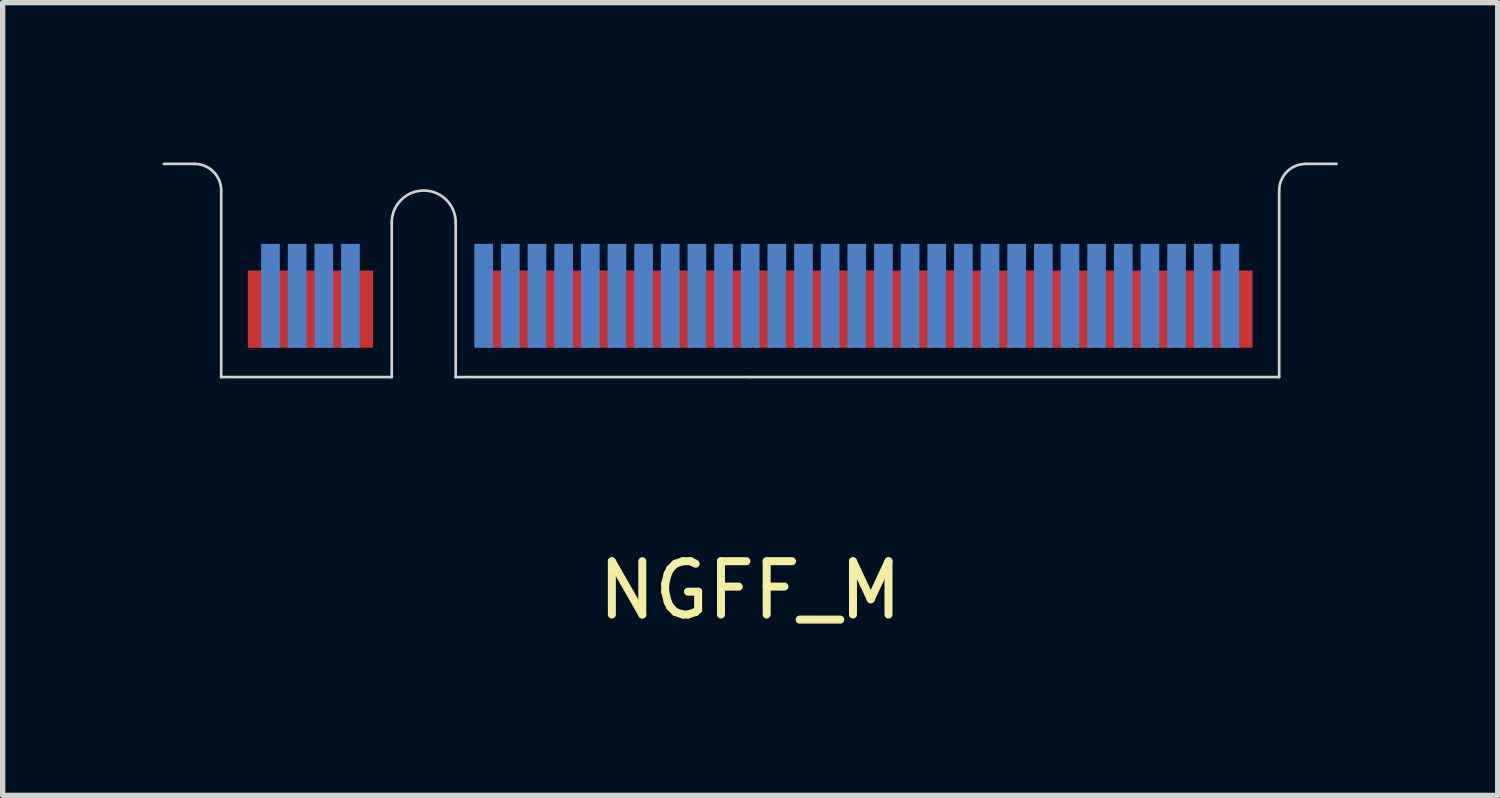
<source format=kicad_pcb>
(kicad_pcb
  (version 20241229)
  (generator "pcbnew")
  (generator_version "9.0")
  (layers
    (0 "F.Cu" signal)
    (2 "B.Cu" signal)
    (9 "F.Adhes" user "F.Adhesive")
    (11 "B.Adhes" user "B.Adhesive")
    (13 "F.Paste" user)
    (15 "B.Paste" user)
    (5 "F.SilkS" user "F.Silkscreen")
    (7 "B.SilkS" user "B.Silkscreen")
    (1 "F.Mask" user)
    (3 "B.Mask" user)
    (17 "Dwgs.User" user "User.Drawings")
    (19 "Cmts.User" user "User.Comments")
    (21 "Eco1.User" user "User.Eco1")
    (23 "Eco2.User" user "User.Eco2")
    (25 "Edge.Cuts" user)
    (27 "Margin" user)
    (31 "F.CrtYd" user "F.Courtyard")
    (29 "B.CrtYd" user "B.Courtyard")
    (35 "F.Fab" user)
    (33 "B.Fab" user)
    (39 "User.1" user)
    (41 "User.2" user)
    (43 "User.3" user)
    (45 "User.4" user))
  (footprint "NGFF_M"
    (layer "F.Cu")
    (at 11.025 4.025)
    (property "Reference" "NGFF_M" (at 0 4 0) (layer "F.SilkS") (effects (font (size 1 1) (thickness 0.15))))
    (attr through_hole)
    (fp_poly (pts (xy -9.925 0) (xy -6.725 0) (xy -6.725 -2) (xy -9.925 -2)) (stroke (width 0.1) (type solid)) (fill yes) (layer "F.Mask"))
    (fp_poly (pts (xy -5.525 0) (xy 9.925 0) (xy 9.925 -2) (xy -5.525 -2)) (stroke (width 0.1) (type solid)) (fill yes) (layer "F.Mask"))
    (fp_poly (pts (xy -9.925 0) (xy -6.725 0) (xy -6.725 -2.5) (xy -9.925 -2.5)) (stroke (width 0.1) (type solid)) (fill yes) (layer "B.Mask"))
    (fp_poly (pts (xy -5.525 0) (xy 9.925 0) (xy 9.925 -2.5) (xy -5.525 -2.5)) (stroke (width 0.1) (type solid)) (fill yes) (layer "B.Mask"))
    (fp_line (start -11 -4) (end -10.425 -4) (stroke (width 0.05) (type solid)) (layer "Edge.Cuts"))
    (fp_line (start -9.925 -3.5) (end -9.925 0) (stroke (width 0.05) (type solid)) (layer "Edge.Cuts"))
    (fp_line (start -9.925 0) (end -6.725 0) (stroke (width 0.05) (type solid)) (layer "Edge.Cuts"))
    (fp_line (start -6.725 0) (end -6.725 -2.9) (stroke (width 0.05) (type solid)) (layer "Edge.Cuts"))
    (fp_line (start -5.525 -2.9) (end -5.525 0) (stroke (width 0.05) (type solid)) (layer "Edge.Cuts"))
    (fp_line (start -5.525 0) (end 0 0) (stroke (width 0.05) (type solid)) (layer "Edge.Cuts"))
    (fp_line (start 0 0) (end 9.925 0) (stroke (width 0.05) (type solid)) (layer "Edge.Cuts"))
    (fp_line (start 9.925 0) (end 9.925 -3.5) (stroke (width 0.05) (type solid)) (layer "Edge.Cuts"))
    (fp_line (start 10.425 -4) (end 11 -4) (stroke (width 0.05) (type solid)) (layer "Edge.Cuts"))
    (fp_arc (start -10.425 -4) (mid -10.071447 -3.853553) (end -9.925 -3.5) (stroke (width 0.05) (type solid)) (layer "Edge.Cuts"))
    (fp_arc (start -6.725 -2.9) (mid -6.125 -3.5) (end -5.525 -2.9) (stroke (width 0.05) (type solid)) (layer "Edge.Cuts"))
    (fp_arc (start 9.925 -3.5) (mid 10.071447 -3.853553) (end 10.425 -4) (stroke (width 0.05) (type solid)) (layer "Edge.Cuts"))
    (pad "1" smd rect (at 9.25 -1.275) (size 0.35 1.45) (layers "F.Cu"))
    (pad "2" smd rect (at 9 -1.525) (size 0.35 1.95) (layers "B.Cu"))
    (pad "3" smd rect (at 8.75 -1.275) (size 0.35 1.45) (layers "F.Cu"))
    (pad "4" smd rect (at 8.5 -1.525) (size 0.35 1.95) (layers "B.Cu"))
    (pad "5" smd rect (at 8.25 -1.275) (size 0.35 1.45) (layers "F.Cu"))
    (pad "6" smd rect (at 8 -1.525) (size 0.35 1.95) (layers "B.Cu"))
    (pad "7" smd rect (at 7.75 -1.275) (size 0.35 1.45) (layers "F.Cu"))
    (pad "8" smd rect (at 7.5 -1.525) (size 0.35 1.95) (layers "B.Cu"))
    (pad "9" smd rect (at 7.25 -1.275) (size 0.35 1.45) (layers "F.Cu"))
    (pad "10" smd rect (at 7 -1.525) (size 0.35 1.95) (layers "B.Cu"))
    (pad "11" smd rect (at 6.75 -1.275) (size 0.35 1.45) (layers "F.Cu"))
    (pad "12" smd rect (at 6.5 -1.525) (size 0.35 1.95) (layers "B.Cu"))
    (pad "13" smd rect (at 6.25 -1.275) (size 0.35 1.45) (layers "F.Cu"))
    (pad "14" smd rect (at 6 -1.525) (size 0.35 1.95) (layers "B.Cu"))
    (pad "15" smd rect (at 5.75 -1.275) (size 0.35 1.45) (layers "F.Cu"))
    (pad "16" smd rect (at 5.5 -1.525) (size 0.35 1.95) (layers "B.Cu"))
    (pad "17" smd rect (at 5.25 -1.275) (size 0.35 1.45) (layers "F.Cu"))
    (pad "18" smd rect (at 5 -1.525) (size 0.35 1.95) (layers "B.Cu"))
    (pad "19" smd rect (at 4.75 -1.275) (size 0.35 1.45) (layers "F.Cu"))
    (pad "20" smd rect (at 4.5 -1.525) (size 0.35 1.95) (layers "B.Cu"))
    (pad "21" smd rect (at 4.25 -1.275) (size 0.35 1.45) (layers "F.Cu"))
    (pad "22" smd rect (at 4 -1.525) (size 0.35 1.95) (layers "B.Cu"))
    (pad "23" smd rect (at 3.75 -1.275) (size 0.35 1.45) (layers "F.Cu"))
    (pad "24" smd rect (at 3.5 -1.525) (size 0.35 1.95) (layers "B.Cu"))
    (pad "25" smd rect (at 3.25 -1.275) (size 0.35 1.45) (layers "F.Cu"))
    (pad "26" smd rect (at 3 -1.525) (size 0.35 1.95) (layers "B.Cu"))
    (pad "27" smd rect (at 2.75 -1.275) (size 0.35 1.45) (layers "F.Cu"))
    (pad "28" smd rect (at 2.5 -1.525) (size 0.35 1.95) (layers "B.Cu"))
    (pad "29" smd rect (at 2.25 -1.275) (size 0.35 1.45) (layers "F.Cu"))
    (pad "30" smd rect (at 2 -1.525) (size 0.35 1.95) (layers "B.Cu"))
    (pad "31" smd rect (at 1.75 -1.275) (size 0.35 1.45) (layers "F.Cu"))
    (pad "32" smd rect (at 1.5 -1.525) (size 0.35 1.95) (layers "B.Cu"))
    (pad "33" smd rect (at 1.25 -1.275) (size 0.35 1.45) (layers "F.Cu"))
    (pad "34" smd rect (at 1 -1.525) (size 0.35 1.95) (layers "B.Cu"))
    (pad "35" smd rect (at 0.75 -1.275) (size 0.35 1.45) (layers "F.Cu"))
    (pad "36" smd rect (at 0.5 -1.525) (size 0.35 1.95) (layers "B.Cu"))
    (pad "37" smd rect (at 0.25 -1.275) (size 0.35 1.45) (layers "F.Cu"))
    (pad "38" smd rect (at 0 -1.525) (size 0.35 1.95) (layers "B.Cu"))
    (pad "39" smd rect (at -0.25 -1.275) (size 0.35 1.45) (layers "F.Cu"))
    (pad "40" smd rect (at -0.5 -1.525) (size 0.35 1.95) (layers "B.Cu"))
    (pad "41" smd rect (at -0.75 -1.275) (size 0.35 1.45) (layers "F.Cu"))
    (pad "42" smd rect (at -1 -1.525) (size 0.35 1.95) (layers "B.Cu"))
    (pad "43" smd rect (at -1.25 -1.275) (size 0.35 1.45) (layers "F.Cu"))
    (pad "44" smd rect (at -1.5 -1.525) (size 0.35 1.95) (layers "B.Cu"))
    (pad "45" smd rect (at -1.75 -1.275) (size 0.35 1.45) (layers "F.Cu"))
    (pad "46" smd rect (at -2 -1.525) (size 0.35 1.95) (layers "B.Cu"))
    (pad "47" smd rect (at -2.25 -1.275) (size 0.35 1.45) (layers "F.Cu"))
    (pad "48" smd rect (at -2.5 -1.525) (size 0.35 1.95) (layers "B.Cu"))
    (pad "49" smd rect (at -2.75 -1.275) (size 0.35 1.45) (layers "F.Cu"))
    (pad "50" smd rect (at -3 -1.525) (size 0.35 1.95) (layers "B.Cu"))
    (pad "51" smd rect (at -3.25 -1.275) (size 0.35 1.45) (layers "F.Cu"))
    (pad "52" smd rect (at -3.5 -1.525) (size 0.35 1.95) (layers "B.Cu"))
    (pad "53" smd rect (at -3.75 -1.275) (size 0.35 1.45) (layers "F.Cu"))
    (pad "54" smd rect (at -4 -1.525) (size 0.35 1.95) (layers "B.Cu"))
    (pad "55" smd rect (at -4.25 -1.275) (size 0.35 1.45) (layers "F.Cu"))
    (pad "56" smd rect (at -4.5 -1.525) (size 0.35 1.95) (layers "B.Cu"))
    (pad "57" smd rect (at -4.75 -1.275) (size 0.35 1.45) (layers "F.Cu"))
    (pad "58" smd rect (at -5 -1.525) (size 0.35 1.95) (layers "B.Cu"))
    (pad "67" smd rect (at -7.25 -1.275) (size 0.35 1.45) (layers "F.Cu"))
    (pad "68" smd rect (at -7.5 -1.525) (size 0.35 1.95) (layers "B.Cu"))
    (pad "69" smd rect (at -7.75 -1.275) (size 0.35 1.45) (layers "F.Cu"))
    (pad "70" smd rect (at -8 -1.525) (size 0.35 1.95) (layers "B.Cu"))
    (pad "71" smd rect (at -8.25 -1.275) (size 0.35 1.45) (layers "F.Cu"))
    (pad "72" smd rect (at -8.5 -1.525) (size 0.35 1.95) (layers "B.Cu"))
    (pad "73" smd rect (at -8.75 -1.275) (size 0.35 1.45) (layers "F.Cu"))
    (pad "74" smd rect (at -9 -1.525) (size 0.35 1.95) (layers "B.Cu"))
    (pad "75" smd rect (at -9.25 -1.275) (size 0.35 1.45) (layers "F.Cu")))
  (gr_rect
    (start -3 -3)
    (end 25.05 11.873)
    (stroke (width 0.1) (type default))
    (fill no)
    (layer "Edge.Cuts")))
</source>
